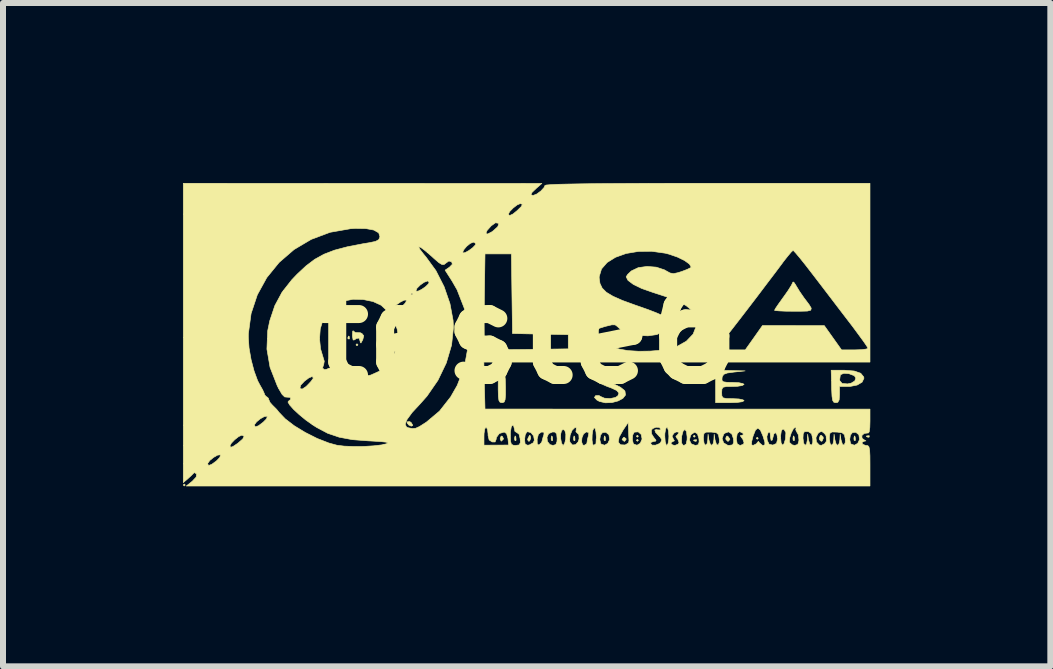
<source format=kicad_pcb>
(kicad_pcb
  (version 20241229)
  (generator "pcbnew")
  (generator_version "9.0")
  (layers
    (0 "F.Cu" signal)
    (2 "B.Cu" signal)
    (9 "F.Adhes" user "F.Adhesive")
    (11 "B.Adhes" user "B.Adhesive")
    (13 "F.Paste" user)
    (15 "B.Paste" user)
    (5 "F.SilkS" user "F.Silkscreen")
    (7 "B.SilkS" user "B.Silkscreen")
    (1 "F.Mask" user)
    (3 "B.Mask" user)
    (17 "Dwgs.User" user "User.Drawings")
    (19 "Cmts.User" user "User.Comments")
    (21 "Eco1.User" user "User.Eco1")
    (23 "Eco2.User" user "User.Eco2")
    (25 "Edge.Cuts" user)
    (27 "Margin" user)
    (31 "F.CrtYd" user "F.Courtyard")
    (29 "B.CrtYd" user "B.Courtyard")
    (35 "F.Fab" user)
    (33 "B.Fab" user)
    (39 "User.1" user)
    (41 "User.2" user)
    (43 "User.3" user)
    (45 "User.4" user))
  (footprint "teste6"
    (layer "F.Cu")
    (at 5.728 2.511)
    (property "Reference" "teste6" (at 0 0 0) (layer "F.SilkS") (effects (font (size 1.524 1.524) (thickness 0.3))))
    (attr through_hole)
    (fp_poly (pts (xy -5.69 2.523) (xy -5.707 2.54) (xy -5.723 2.523) (xy -5.707 2.506) (xy -5.69 2.523)) (stroke (width 0.01) (type solid)) (fill yes) (layer "F.SilkS"))
    (fp_poly (pts (xy -2.811 0.186) (xy -2.828 0.203) (xy -2.845 0.186) (xy -2.828 0.169) (xy -2.811 0.186)) (stroke (width 0.01) (type solid)) (fill yes) (layer "F.SilkS"))
    (fp_poly (pts (xy 1.863 1.71) (xy 1.846 1.727) (xy 1.829 1.71) (xy 1.846 1.693) (xy 1.863 1.71)) (stroke (width 0.01) (type solid)) (fill yes) (layer "F.SilkS"))
    (fp_poly (pts (xy 1.863 1.778) (xy 1.846 1.795) (xy 1.829 1.778) (xy 1.846 1.761) (xy 1.863 1.778)) (stroke (width 0.01) (type solid)) (fill yes) (layer "F.SilkS"))
    (fp_poly (pts (xy 2.811 1.71) (xy 2.794 1.727) (xy 2.777 1.71) (xy 2.794 1.693) (xy 2.811 1.71)) (stroke (width 0.01) (type solid)) (fill yes) (layer "F.SilkS"))
    (fp_poly (pts (xy 3.861 1.744) (xy 3.844 1.761) (xy 3.827 1.744) (xy 3.844 1.727) (xy 3.861 1.744)) (stroke (width 0.01) (type solid)) (fill yes) (layer "F.SilkS"))
    (fp_poly (pts (xy -2.958 0.045) (xy -2.954 0.085) (xy -2.958 0.09) (xy -2.978 0.086) (xy -2.98 0.068) (xy -2.968 0.04) (xy -2.958 0.045)) (stroke (width 0.01) (type solid)) (fill yes) (layer "F.SilkS"))
    (fp_poly (pts (xy -0.18 1.721) (xy -0.176 1.774) (xy -0.183 1.786) (xy -0.198 1.776) (xy -0.201 1.741) (xy -0.192 1.705) (xy -0.18 1.721)) (stroke (width 0.01) (type solid)) (fill yes) (layer "F.SilkS"))
    (fp_poly (pts (xy 0.43 1.721) (xy 0.434 1.774) (xy 0.427 1.786) (xy 0.411 1.776) (xy 0.409 1.741) (xy 0.417 1.705) (xy 0.43 1.721)) (stroke (width 0.01) (type solid)) (fill yes) (layer "F.SilkS"))
    (fp_poly (pts (xy 0.802 1.721) (xy 0.806 1.774) (xy 0.799 1.786) (xy 0.784 1.776) (xy 0.782 1.741) (xy 0.79 1.705) (xy 0.802 1.721)) (stroke (width 0.01) (type solid)) (fill yes) (layer "F.SilkS"))
    (fp_poly (pts (xy 1.31 1.721) (xy 1.314 1.774) (xy 1.307 1.786) (xy 1.292 1.776) (xy 1.29 1.741) (xy 1.298 1.705) (xy 1.31 1.721)) (stroke (width 0.01) (type solid)) (fill yes) (layer "F.SilkS"))
    (fp_poly (pts (xy 2.834 1.772) (xy 2.829 1.792) (xy 2.811 1.795) (xy 2.783 1.783) (xy 2.788 1.772) (xy 2.829 1.768) (xy 2.834 1.772)) (stroke (width 0.01) (type solid)) (fill yes) (layer "F.SilkS"))
    (fp_poly (pts (xy 4.46 1.721) (xy 4.464 1.774) (xy 4.457 1.786) (xy 4.442 1.776) (xy 4.439 1.741) (xy 4.447 1.705) (xy 4.46 1.721)) (stroke (width 0.01) (type solid)) (fill yes) (layer "F.SilkS"))
    (fp_poly (pts (xy 5.476 1.721) (xy 5.48 1.774) (xy 5.473 1.786) (xy 5.458 1.776) (xy 5.455 1.741) (xy 5.463 1.705) (xy 5.476 1.721)) (stroke (width 0.01) (type solid)) (fill yes) (layer "F.SilkS"))
    (fp_poly (pts (xy 5.712 1.705) (xy 5.708 1.725) (xy 5.69 1.727) (xy 5.662 1.715) (xy 5.667 1.705) (xy 5.707 1.701) (xy 5.712 1.705)) (stroke (width 0.01) (type solid)) (fill yes) (layer "F.SilkS"))
    (fp_poly (pts (xy -1.924 1.483) (xy -1.897 1.529) (xy -1.923 1.542) (xy -1.964 1.524) (xy -1.994 1.487) (xy -1.988 1.469) (xy -1.947 1.467) (xy -1.924 1.483)) (stroke (width 0.01) (type solid)) (fill yes) (layer "F.SilkS"))
    (fp_poly (pts (xy -0.406 1.711) (xy -0.386 1.751) (xy -0.391 1.763) (xy -0.424 1.793) (xy -0.44 1.759) (xy -0.44 1.742) (xy -0.424 1.707) (xy -0.406 1.711)) (stroke (width 0.01) (type solid)) (fill yes) (layer "F.SilkS"))
    (fp_poly (pts (xy 0.066 1.721) (xy 0.068 1.744) (xy 0.05 1.789) (xy 0.035 1.795) (xy 0.016 1.77) (xy 0.022 1.744) (xy 0.046 1.7) (xy 0.054 1.693) (xy 0.066 1.721)) (stroke (width 0.01) (type solid)) (fill yes) (layer "F.SilkS"))
    (fp_poly (pts (xy 1.658 1.753) (xy 1.659 1.761) (xy 1.634 1.794) (xy 1.626 1.795) (xy 1.593 1.769) (xy 1.592 1.761) (xy 1.618 1.728) (xy 1.626 1.727) (xy 1.658 1.753)) (stroke (width 0.01) (type solid)) (fill yes) (layer "F.SilkS"))
    (fp_poly (pts (xy 3.353 1.71) (xy 3.385 1.754) (xy 3.387 1.763) (xy 3.361 1.794) (xy 3.353 1.795) (xy 3.323 1.767) (xy 3.319 1.742) (xy 3.335 1.707) (xy 3.353 1.71)) (stroke (width 0.01) (type solid)) (fill yes) (layer "F.SilkS"))
    (fp_poly (pts (xy 4.941 1.721) (xy 4.945 1.744) (xy 4.926 1.789) (xy 4.911 1.795) (xy 4.881 1.768) (xy 4.877 1.744) (xy 4.895 1.699) (xy 4.911 1.693) (xy 4.941 1.721)) (stroke (width 0.01) (type solid)) (fill yes) (layer "F.SilkS"))
    (fp_poly (pts (xy -2.89 -0.044) (xy -2.851 -0.016) (xy -2.834 -0.018) (xy -2.773 -0.015) (xy -2.745 -0.002) (xy -2.715 0.036) (xy -2.73 0.097) (xy -2.735 0.108) (xy -2.762 0.156) (xy -2.774 0.143) (xy -2.775 0.127) (xy -2.794 0.074) (xy -2.84 0.081) (xy -2.867 0.103) (xy -2.892 0.107) (xy -2.903 0.048) (xy -2.904 0.027) (xy -2.901 -0.036) (xy -2.892 -0.049) (xy -2.89 -0.044)) (stroke (width 0.01) (type solid)) (fill yes) (layer "F.SilkS"))
    (fp_poly (pts (xy -0.415 0.616) (xy -0.384 0.632) (xy -0.366 0.674) (xy -0.356 0.757) (xy -0.352 0.89) (xy -0.352 1.022) (xy -0.359 1.101) (xy -0.374 1.139) (xy -0.402 1.151) (xy -0.412 1.151) (xy -0.443 1.144) (xy -0.462 1.114) (xy -0.471 1.048) (xy -0.474 0.932) (xy -0.474 0.878) (xy -0.473 0.742) (xy -0.466 0.662) (xy -0.452 0.623) (xy -0.426 0.615) (xy -0.415 0.616)) (stroke (width 0.01) (type solid)) (fill yes) (layer "F.SilkS"))
    (fp_poly (pts (xy 4.485 -0.811) (xy 4.493 -0.796) (xy 4.551 -0.701) (xy 4.623 -0.597) (xy 4.639 -0.576) (xy 4.709 -0.483) (xy 4.744 -0.424) (xy 4.736 -0.391) (xy 4.679 -0.376) (xy 4.565 -0.373) (xy 4.455 -0.373) (xy 4.317 -0.374) (xy 4.208 -0.379) (xy 4.143 -0.385) (xy 4.132 -0.389) (xy 4.15 -0.423) (xy 4.2 -0.496) (xy 4.27 -0.594) (xy 4.284 -0.613) (xy 4.358 -0.718) (xy 4.412 -0.804) (xy 4.437 -0.855) (xy 4.438 -0.859) (xy 4.452 -0.859) (xy 4.485 -0.811)) (stroke (width 0.01) (type solid)) (fill yes) (layer "F.SilkS"))
    (fp_poly (pts (xy 5.46 0.623) (xy 5.569 0.661) (xy 5.619 0.723) (xy 5.622 0.745) (xy 5.591 0.809) (xy 5.509 0.857) (xy 5.393 0.88) (xy 5.365 0.881) (xy 5.215 0.881) (xy 5.215 1.016) (xy 5.209 1.105) (xy 5.186 1.145) (xy 5.153 1.151) (xy 5.121 1.144) (xy 5.101 1.113) (xy 5.09 1.045) (xy 5.084 0.926) (xy 5.083 0.881) (xy 5.081 0.78) (xy 5.216 0.78) (xy 5.258 0.83) (xy 5.349 0.838) (xy 5.41 0.825) (xy 5.469 0.789) (xy 5.487 0.739) (xy 5.461 0.701) (xy 5.371 0.667) (xy 5.287 0.661) (xy 5.233 0.684) (xy 5.228 0.693) (xy 5.216 0.78) (xy 5.081 0.78) (xy 5.076 0.61) (xy 5.296 0.61) (xy 5.46 0.623)) (stroke (width 0.01) (type solid)) (fill yes) (layer "F.SilkS"))
    (fp_poly (pts (xy 3.395 0.615) (xy 3.641 0.621) (xy 3.454 0.641) (xy 3.345 0.656) (xy 3.287 0.678) (xy 3.262 0.714) (xy 3.257 0.737) (xy 3.256 0.78) (xy 3.28 0.803) (xy 3.343 0.812) (xy 3.435 0.813) (xy 3.538 0.818) (xy 3.606 0.833) (xy 3.624 0.847) (xy 3.593 0.865) (xy 3.514 0.878) (xy 3.437 0.881) (xy 3.331 0.882) (xy 3.276 0.893) (xy 3.255 0.923) (xy 3.251 0.981) (xy 3.251 0.982) (xy 3.254 1.04) (xy 3.275 1.07) (xy 3.329 1.082) (xy 3.435 1.084) (xy 3.437 1.084) (xy 3.539 1.089) (xy 3.607 1.104) (xy 3.624 1.118) (xy 3.592 1.135) (xy 3.508 1.147) (xy 3.387 1.151) (xy 3.15 1.151) (xy 3.15 0.61) (xy 3.395 0.615)) (stroke (width 0.01) (type solid)) (fill yes) (layer "F.SilkS"))
    (fp_poly (pts (xy 1.492 0.594) (xy 1.58 0.621) (xy 1.612 0.649) (xy 1.597 0.667) (xy 1.522 0.665) (xy 1.483 0.66) (xy 1.375 0.652) (xy 1.312 0.67) (xy 1.292 0.688) (xy 1.27 0.726) (xy 1.283 0.758) (xy 1.341 0.794) (xy 1.452 0.84) (xy 1.47 0.847) (xy 1.563 0.893) (xy 1.629 0.946) (xy 1.639 0.959) (xy 1.648 1.023) (xy 1.604 1.079) (xy 1.524 1.122) (xy 1.422 1.149) (xy 1.313 1.153) (xy 1.213 1.13) (xy 1.17 1.106) (xy 1.13 1.064) (xy 1.149 1.034) (xy 1.207 1.032) (xy 1.229 1.046) (xy 1.297 1.076) (xy 1.392 1.082) (xy 1.48 1.064) (xy 1.52 1.037) (xy 1.538 0.991) (xy 1.502 0.948) (xy 1.408 0.904) (xy 1.346 0.882) (xy 1.217 0.826) (xy 1.148 0.763) (xy 1.14 0.7) (xy 1.197 0.642) (xy 1.273 0.609) (xy 1.382 0.589) (xy 1.492 0.594)) (stroke (width 0.01) (type solid)) (fill yes) (layer "F.SilkS"))
    (fp_poly (pts (xy 5.723 0.474) (xy -0.713 0.474) (xy -0.704 0.866) (xy -0.694 1.257) (xy 2.515 1.258) (xy 5.723 1.258) (xy 5.723 1.459) (xy 5.72 1.564) (xy 5.71 1.636) (xy 5.698 1.655) (xy 5.627 1.663) (xy 5.587 1.699) (xy 5.591 1.744) (xy 5.63 1.773) (xy 5.655 1.788) (xy 5.63 1.792) (xy 5.59 1.811) (xy 5.598 1.842) (xy 5.645 1.862) (xy 5.656 1.863) (xy 5.687 1.867) (xy 5.706 1.889) (xy 5.717 1.941) (xy 5.722 2.035) (xy 5.723 2.183) (xy 5.723 2.201) (xy 5.723 2.54) (xy 0.025 2.54) (xy -5.673 2.54) (xy -5.574 2.461) (xy -5.508 2.391) (xy -5.502 2.339) (xy -5.502 2.339) (xy -5.536 2.316) (xy -5.55 2.325) (xy -5.59 2.366) (xy -5.647 2.418) (xy -5.723 2.483) (xy -5.723 2.17) (xy -5.317 2.17) (xy -5.301 2.198) (xy -5.248 2.178) (xy -5.169 2.12) (xy -5.115 2.064) (xy -5.102 2.025) (xy -5.106 2.02) (xy -5.152 2.025) (xy -5.218 2.063) (xy -5.281 2.114) (xy -5.316 2.162) (xy -5.317 2.17) (xy -5.723 2.17) (xy -5.723 1.869) (xy -4.945 1.869) (xy -4.934 1.894) (xy -4.894 1.881) (xy -4.815 1.828) (xy -4.808 1.822) (xy -4.732 1.756) (xy -4.709 1.711) (xy -4.743 1.693) (xy -4.748 1.693) (xy -4.799 1.715) (xy -4.865 1.767) (xy -4.922 1.826) (xy -4.945 1.869) (xy -5.723 1.869) (xy -5.723 1.526) (xy -4.538 1.526) (xy -4.522 1.555) (xy -4.469 1.535) (xy -4.391 1.476) (xy -4.336 1.421) (xy -4.323 1.382) (xy -4.327 1.376) (xy -4.373 1.382) (xy -4.439 1.419) (xy -4.502 1.471) (xy -4.537 1.518) (xy -4.538 1.526) (xy -5.723 1.526) (xy -5.723 0.063) (xy -4.639 0.063) (xy -4.627 0.238) (xy -4.593 0.433) (xy -4.543 0.623) (xy -4.484 0.784) (xy -4.447 0.854) (xy -4.399 0.939) (xy -4.371 1.002) (xy -4.369 1.015) (xy -4.343 1.049) (xy -4.335 1.05) (xy -4.304 1.077) (xy -4.301 1.093) (xy -4.277 1.147) (xy -4.239 1.19) (xy -4.166 1.263) (xy -4.129 1.31) (xy -4.025 1.419) (xy -3.874 1.535) (xy -3.69 1.647) (xy -3.492 1.747) (xy -3.297 1.823) (xy -3.162 1.86) (xy -3.041 1.875) (xy -2.884 1.881) (xy -2.713 1.88) (xy -2.549 1.87) (xy -2.413 1.854) (xy -2.337 1.836) (xy -2.316 1.821) (xy -2.343 1.809) (xy -2.425 1.8) (xy -2.567 1.791) (xy -2.642 1.787) (xy -2.906 1.767) (xy -3.125 1.726) (xy -3.177 1.708) (xy -0.711 1.708) (xy -0.711 1.859) (xy -0.506 1.858) (xy -0.301 1.857) (xy -0.311 1.75) (xy -0.327 1.693) (xy -0.271 1.693) (xy -0.268 1.794) (xy -0.254 1.844) (xy -0.22 1.861) (xy -0.184 1.863) (xy -0.125 1.855) (xy -0.105 1.817) (xy -0.107 1.765) (xy -0.034 1.765) (xy -0.026 1.837) (xy 0.008 1.859) (xy 0.042 1.857) (xy 0.11 1.819) (xy 0.129 1.775) (xy 0.126 1.759) (xy 0.175 1.759) (xy 0.177 1.838) (xy 0.203 1.857) (xy 0.206 1.856) (xy 0.249 1.814) (xy 0.256 1.793) (xy 0.273 1.728) (xy 0.339 1.728) (xy 0.346 1.797) (xy 0.388 1.849) (xy 0.439 1.863) (xy 0.487 1.849) (xy 0.506 1.797) (xy 0.508 1.749) (xy 0.501 1.675) (xy 0.567 1.675) (xy 0.568 1.753) (xy 0.582 1.825) (xy 0.605 1.862) (xy 0.61 1.863) (xy 0.632 1.833) (xy 0.647 1.778) (xy 0.716 1.778) (xy 0.723 1.81) (xy 0.764 1.856) (xy 0.817 1.85) (xy 0.858 1.804) (xy 0.916 1.804) (xy 0.934 1.853) (xy 0.957 1.863) (xy 1 1.838) (xy 1.005 1.82) (xy 1.013 1.772) (xy 1.09 1.772) (xy 1.099 1.839) (xy 1.116 1.863) (xy 1.154 1.837) (xy 1.156 1.829) (xy 1.159 1.765) (xy 1.219 1.765) (xy 1.235 1.83) (xy 1.243 1.841) (xy 1.299 1.86) (xy 1.354 1.828) (xy 1.363 1.808) (xy 1.527 1.808) (xy 1.564 1.852) (xy 1.641 1.856) (xy 1.697 1.823) (xy 1.706 1.786) (xy 1.705 1.766) (xy 1.762 1.766) (xy 1.777 1.83) (xy 1.785 1.841) (xy 1.84 1.86) (xy 1.892 1.829) (xy 2.066 1.829) (xy 2.091 1.858) (xy 2.149 1.859) (xy 2.211 1.834) (xy 2.234 1.814) (xy 2.253 1.768) (xy 2.221 1.72) (xy 2.21 1.71) (xy 2.303 1.71) (xy 2.31 1.801) (xy 2.327 1.856) (xy 2.337 1.863) (xy 2.357 1.832) (xy 2.358 1.829) (xy 2.405 1.829) (xy 2.433 1.856) (xy 2.472 1.863) (xy 2.527 1.842) (xy 2.54 1.814) (xy 2.517 1.755) (xy 2.503 1.742) (xy 2.501 1.738) (xy 2.582 1.738) (xy 2.583 1.825) (xy 2.608 1.86) (xy 2.624 1.863) (xy 2.659 1.841) (xy 2.673 1.775) (xy 2.713 1.775) (xy 2.745 1.838) (xy 2.812 1.863) (xy 2.86 1.852) (xy 2.875 1.806) (xy 2.872 1.753) (xy 2.871 1.749) (xy 2.946 1.749) (xy 2.958 1.831) (xy 2.983 1.861) (xy 3.008 1.834) (xy 3.019 1.77) (xy 3.024 1.676) (xy 3.038 1.77) (xy 3.059 1.837) (xy 3.084 1.863) (xy 3.109 1.833) (xy 3.121 1.77) (xy 3.126 1.676) (xy 3.14 1.77) (xy 3.164 1.845) (xy 3.192 1.859) (xy 3.211 1.814) (xy 3.211 1.755) (xy 3.21 1.751) (xy 3.258 1.751) (xy 3.284 1.821) (xy 3.35 1.86) (xy 3.374 1.863) (xy 3.432 1.854) (xy 3.451 1.815) (xy 3.448 1.756) (xy 3.447 1.751) (xy 3.496 1.751) (xy 3.496 1.762) (xy 3.51 1.837) (xy 3.554 1.862) (xy 3.561 1.863) (xy 3.613 1.843) (xy 3.624 1.819) (xy 3.621 1.811) (xy 3.748 1.811) (xy 3.75 1.853) (xy 3.775 1.863) (xy 3.83 1.836) (xy 3.841 1.82) (xy 3.863 1.795) (xy 3.881 1.82) (xy 3.928 1.86) (xy 3.946 1.863) (xy 3.971 1.852) (xy 3.97 1.808) (xy 3.943 1.719) (xy 3.941 1.712) (xy 4.004 1.712) (xy 4.01 1.778) (xy 4.042 1.844) (xy 4.1 1.857) (xy 4.108 1.856) (xy 4.165 1.83) (xy 4.182 1.76) (xy 4.183 1.753) (xy 4.179 1.727) (xy 4.233 1.727) (xy 4.242 1.823) (xy 4.264 1.859) (xy 4.291 1.833) (xy 4.3 1.802) (xy 4.379 1.802) (xy 4.381 1.813) (xy 4.427 1.854) (xy 4.469 1.863) (xy 4.52 1.847) (xy 4.538 1.787) (xy 4.538 1.763) (xy 4.535 1.742) (xy 4.606 1.742) (xy 4.617 1.826) (xy 4.641 1.861) (xy 4.666 1.84) (xy 4.679 1.77) (xy 4.684 1.676) (xy 4.698 1.77) (xy 4.721 1.845) (xy 4.75 1.859) (xy 4.769 1.815) (xy 4.769 1.753) (xy 4.764 1.734) (xy 4.822 1.734) (xy 4.831 1.806) (xy 4.876 1.855) (xy 4.911 1.863) (xy 4.97 1.834) (xy 4.997 1.791) (xy 4.994 1.748) (xy 5.046 1.748) (xy 5.057 1.83) (xy 5.082 1.861) (xy 5.107 1.835) (xy 5.119 1.77) (xy 5.124 1.676) (xy 5.138 1.77) (xy 5.158 1.837) (xy 5.184 1.863) (xy 5.208 1.833) (xy 5.221 1.77) (xy 5.226 1.676) (xy 5.24 1.77) (xy 5.264 1.845) (xy 5.292 1.858) (xy 5.311 1.813) (xy 5.311 1.765) (xy 5.385 1.765) (xy 5.4 1.83) (xy 5.409 1.841) (xy 5.464 1.86) (xy 5.519 1.828) (xy 5.549 1.765) (xy 5.537 1.685) (xy 5.486 1.644) (xy 5.43 1.649) (xy 5.396 1.693) (xy 5.385 1.765) (xy 5.311 1.765) (xy 5.311 1.756) (xy 5.297 1.685) (xy 5.259 1.653) (xy 5.176 1.641) (xy 5.173 1.641) (xy 5.09 1.639) (xy 5.055 1.661) (xy 5.046 1.722) (xy 5.046 1.748) (xy 4.994 1.748) (xy 4.992 1.704) (xy 4.965 1.665) (xy 4.918 1.629) (xy 4.878 1.645) (xy 4.856 1.665) (xy 4.822 1.734) (xy 4.764 1.734) (xy 4.749 1.67) (xy 4.7 1.635) (xy 4.682 1.632) (xy 4.631 1.633) (xy 4.61 1.669) (xy 4.606 1.742) (xy 4.535 1.742) (xy 4.528 1.685) (xy 4.504 1.642) (xy 4.484 1.602) (xy 4.489 1.589) (xy 4.489 1.56) (xy 4.481 1.558) (xy 4.446 1.587) (xy 4.411 1.655) (xy 4.385 1.736) (xy 4.379 1.802) (xy 4.3 1.802) (xy 4.314 1.758) (xy 4.321 1.65) (xy 4.291 1.597) (xy 4.265 1.592) (xy 4.245 1.622) (xy 4.234 1.697) (xy 4.233 1.727) (xy 4.179 1.727) (xy 4.171 1.681) (xy 4.146 1.65) (xy 4.121 1.671) (xy 4.112 1.705) (xy 4.094 1.774) (xy 4.075 1.78) (xy 4.064 1.722) (xy 4.064 1.709) (xy 4.057 1.646) (xy 4.035 1.642) (xy 4.026 1.65) (xy 4.004 1.712) (xy 3.941 1.712) (xy 3.94 1.709) (xy 3.896 1.608) (xy 3.854 1.574) (xy 3.814 1.608) (xy 3.774 1.709) (xy 3.771 1.721) (xy 3.748 1.811) (xy 3.621 1.811) (xy 3.602 1.757) (xy 3.583 1.734) (xy 3.561 1.701) (xy 3.59 1.693) (xy 3.618 1.682) (xy 3.6 1.656) (xy 3.548 1.632) (xy 3.51 1.667) (xy 3.496 1.751) (xy 3.447 1.751) (xy 3.419 1.672) (xy 3.365 1.637) (xy 3.302 1.66) (xy 3.284 1.678) (xy 3.258 1.751) (xy 3.21 1.751) (xy 3.197 1.683) (xy 3.161 1.651) (xy 3.08 1.641) (xy 3.073 1.641) (xy 2.99 1.642) (xy 2.955 1.665) (xy 2.947 1.727) (xy 2.946 1.749) (xy 2.871 1.749) (xy 2.847 1.67) (xy 2.802 1.643) (xy 2.747 1.677) (xy 2.733 1.697) (xy 2.713 1.775) (xy 2.673 1.775) (xy 2.674 1.77) (xy 2.675 1.724) (xy 2.664 1.631) (xy 2.638 1.598) (xy 2.608 1.625) (xy 2.585 1.708) (xy 2.582 1.738) (xy 2.501 1.738) (xy 2.487 1.712) (xy 2.51 1.691) (xy 2.537 1.655) (xy 2.531 1.64) (xy 2.49 1.639) (xy 2.456 1.659) (xy 2.423 1.707) (xy 2.442 1.749) (xy 2.463 1.787) (xy 2.443 1.795) (xy 2.406 1.818) (xy 2.405 1.829) (xy 2.358 1.829) (xy 2.369 1.756) (xy 2.371 1.71) (xy 2.364 1.619) (xy 2.347 1.565) (xy 2.337 1.558) (xy 2.317 1.588) (xy 2.304 1.665) (xy 2.303 1.71) (xy 2.21 1.71) (xy 2.204 1.705) (xy 2.149 1.646) (xy 2.136 1.606) (xy 2.167 1.599) (xy 2.184 1.604) (xy 2.228 1.605) (xy 2.235 1.591) (xy 2.21 1.562) (xy 2.155 1.56) (xy 2.1 1.583) (xy 2.078 1.61) (xy 2.083 1.672) (xy 2.118 1.728) (xy 2.157 1.777) (xy 2.149 1.793) (xy 2.122 1.795) (xy 2.074 1.812) (xy 2.066 1.829) (xy 1.892 1.829) (xy 1.894 1.828) (xy 1.924 1.758) (xy 1.924 1.757) (xy 1.91 1.681) (xy 1.86 1.637) (xy 1.796 1.642) (xy 1.792 1.644) (xy 1.768 1.691) (xy 1.762 1.766) (xy 1.705 1.766) (xy 1.702 1.713) (xy 1.698 1.613) (xy 1.698 1.604) (xy 1.693 1.481) (xy 1.609 1.605) (xy 1.542 1.725) (xy 1.527 1.808) (xy 1.363 1.808) (xy 1.383 1.765) (xy 1.371 1.685) (xy 1.32 1.644) (xy 1.265 1.649) (xy 1.231 1.693) (xy 1.219 1.765) (xy 1.159 1.765) (xy 1.162 1.729) (xy 1.156 1.64) (xy 1.142 1.581) (xy 1.124 1.571) (xy 1.103 1.612) (xy 1.092 1.688) (xy 1.09 1.772) (xy 1.013 1.772) (xy 1.015 1.755) (xy 1.029 1.705) (xy 1.037 1.65) (xy 1.001 1.639) (xy 0.992 1.64) (xy 0.949 1.671) (xy 0.922 1.735) (xy 0.916 1.804) (xy 0.858 1.804) (xy 0.861 1.8) (xy 0.874 1.752) (xy 0.87 1.682) (xy 0.845 1.659) (xy 0.821 1.635) (xy 0.826 1.606) (xy 0.827 1.566) (xy 0.804 1.566) (xy 0.758 1.611) (xy 0.725 1.692) (xy 0.716 1.778) (xy 0.647 1.778) (xy 0.65 1.763) (xy 0.651 1.762) (xy 0.653 1.674) (xy 0.636 1.613) (xy 0.607 1.596) (xy 0.582 1.618) (xy 0.567 1.675) (xy 0.501 1.675) (xy 0.501 1.671) (xy 0.471 1.641) (xy 0.432 1.639) (xy 0.367 1.667) (xy 0.339 1.728) (xy 0.273 1.728) (xy 0.276 1.718) (xy 0.287 1.687) (xy 0.29 1.644) (xy 0.248 1.64) (xy 0.197 1.675) (xy 0.175 1.759) (xy 0.126 1.759) (xy 0.116 1.705) (xy 0.073 1.651) (xy 0.018 1.635) (xy 0.001 1.642) (xy -0.024 1.688) (xy -0.034 1.765) (xy -0.107 1.765) (xy -0.108 1.753) (xy -0.127 1.676) (xy -0.16 1.651) (xy -0.161 1.651) (xy -0.195 1.63) (xy -0.203 1.592) (xy -0.217 1.537) (xy -0.237 1.524) (xy -0.256 1.554) (xy -0.269 1.632) (xy -0.271 1.693) (xy -0.327 1.693) (xy -0.334 1.668) (xy -0.373 1.64) (xy -0.456 1.665) (xy -0.504 1.731) (xy -0.508 1.762) (xy -0.526 1.806) (xy -0.576 1.805) (xy -0.625 1.772) (xy -0.643 1.697) (xy -0.643 1.672) (xy -0.652 1.596) (xy -0.674 1.559) (xy -0.677 1.558) (xy -0.698 1.588) (xy -0.71 1.665) (xy -0.711 1.708) (xy -3.177 1.708) (xy -3.316 1.661) (xy -3.499 1.564) (xy -3.565 1.522) (xy -3.583 1.509) (xy -2.024 1.509) (xy -2.003 1.556) (xy -1.976 1.568) (xy -1.907 1.582) (xy -1.851 1.578) (xy -1.785 1.548) (xy -1.69 1.487) (xy -1.671 1.475) (xy -1.452 1.291) (xy -1.266 1.054) (xy -1.157 0.863) (xy -1.038 0.556) (xy -0.979 0.231) (xy -0.98 -0.099) (xy -0.991 -0.155) (xy -0.708 -0.155) (xy -0.707 0.013) (xy -0.704 0.139) (xy -0.7 0.212) (xy -0.697 0.225) (xy -0.68 0.241) (xy -0.638 0.253) (xy -0.564 0.261) (xy -0.447 0.265) (xy -0.282 0.266) (xy -0.059 0.264) (xy 0.008 0.263) (xy 0.694 0.254) (xy 0.694 0.017) (xy 0.229 0.008) (xy -0.236 -0.002) (xy -0.236 -0.029) (xy 1.139 -0.029) (xy 1.161 0.01) (xy 1.285 0.137) (xy 1.465 0.232) (xy 1.547 0.258) (xy 1.688 0.283) (xy 1.868 0.294) (xy 2.063 0.291) (xy 2.25 0.276) (xy 2.398 0.25) (xy 3.183 0.25) (xy 3.214 0.261) (xy 3.296 0.268) (xy 3.41 0.271) (xy 3.414 0.271) (xy 3.644 0.271) (xy 3.788 0.068) (xy 3.931 -0.135) (xy 4.961 -0.134) (xy 5.249 0.271) (xy 5.469 0.271) (xy 5.582 0.267) (xy 5.661 0.257) (xy 5.69 0.244) (xy 5.67 0.209) (xy 5.616 0.13) (xy 5.534 0.018) (xy 5.433 -0.119) (xy 5.367 -0.205) (xy 5.223 -0.393) (xy 5.063 -0.603) (xy 4.905 -0.81) (xy 4.767 -0.99) (xy 4.753 -1.008) (xy 4.648 -1.144) (xy 4.556 -1.259) (xy 4.486 -1.342) (xy 4.446 -1.385) (xy 4.441 -1.388) (xy 4.412 -1.362) (xy 4.355 -1.295) (xy 4.28 -1.2) (xy 4.263 -1.176) (xy 4.144 -1.017) (xy 4.001 -0.829) (xy 3.847 -0.625) (xy 3.691 -0.421) (xy 3.545 -0.231) (xy 3.42 -0.07) (xy 3.348 0.022) (xy 3.27 0.122) (xy 3.212 0.202) (xy 3.185 0.247) (xy 3.183 0.25) (xy 2.398 0.25) (xy 2.409 0.249) (xy 2.489 0.223) (xy 2.662 0.126) (xy 2.775 0.008) (xy 2.827 -0.126) (xy 2.814 -0.272) (xy 2.799 -0.314) (xy 2.748 -0.393) (xy 2.658 -0.467) (xy 2.524 -0.538) (xy 2.336 -0.612) (xy 2.099 -0.689) (xy 1.917 -0.753) (xy 1.778 -0.821) (xy 1.689 -0.888) (xy 1.659 -0.947) (xy 1.684 -0.987) (xy 1.742 -1.042) (xy 1.749 -1.047) (xy 1.861 -1.1) (xy 2.007 -1.12) (xy 2.161 -1.108) (xy 2.297 -1.063) (xy 2.319 -1.05) (xy 2.39 -1.011) (xy 2.448 -1) (xy 2.522 -1.016) (xy 2.586 -1.036) (xy 2.677 -1.071) (xy 2.733 -1.099) (xy 2.743 -1.108) (xy 2.713 -1.16) (xy 2.631 -1.219) (xy 2.514 -1.276) (xy 2.375 -1.324) (xy 2.309 -1.341) (xy 2.081 -1.373) (xy 1.861 -1.37) (xy 1.658 -1.336) (xy 1.482 -1.273) (xy 1.342 -1.186) (xy 1.248 -1.078) (xy 1.21 -0.953) (xy 1.209 -0.929) (xy 1.222 -0.837) (xy 1.259 -0.759) (xy 1.329 -0.689) (xy 1.439 -0.623) (xy 1.597 -0.553) (xy 1.811 -0.475) (xy 1.875 -0.453) (xy 2.025 -0.4) (xy 2.157 -0.349) (xy 2.255 -0.307) (xy 2.291 -0.288) (xy 2.358 -0.215) (xy 2.36 -0.133) (xy 2.296 -0.048) (xy 2.281 -0.036) (xy 2.169 0.016) (xy 2.022 0.037) (xy 1.859 0.029) (xy 1.703 -0.005) (xy 1.574 -0.063) (xy 1.507 -0.123) (xy 1.476 -0.146) (xy 1.421 -0.147) (xy 1.325 -0.124) (xy 1.293 -0.115) (xy 1.192 -0.083) (xy 1.144 -0.058) (xy 1.139 -0.029) (xy -0.236 -0.029) (xy -0.245 -0.665) (xy -0.254 -1.329) (xy -0.694 -1.329) (xy -0.705 -0.576) (xy -0.707 -0.355) (xy -0.708 -0.155) (xy -0.991 -0.155) (xy -1.04 -0.424) (xy -1.159 -0.73) (xy -1.242 -0.875) (xy -1.359 -1.058) (xy -1.286 -1.108) (xy -1.238 -1.157) (xy -1.25 -1.196) (xy -1.296 -1.211) (xy -1.344 -1.177) (xy -1.376 -1.152) (xy -1.411 -1.152) (xy -1.463 -1.183) (xy -1.544 -1.253) (xy -1.583 -1.289) (xy -1.658 -1.354) (xy -1.067 -1.354) (xy -1.063 -1.346) (xy -1.026 -1.35) (xy -0.964 -1.384) (xy -0.898 -1.433) (xy -0.854 -1.479) (xy -0.847 -1.497) (xy -0.874 -1.522) (xy -0.892 -1.524) (xy -0.941 -1.503) (xy -1 -1.455) (xy -1.048 -1.398) (xy -1.067 -1.354) (xy -1.658 -1.354) (xy -1.697 -1.387) (xy -1.769 -1.44) (xy -1.799 -1.448) (xy -1.783 -1.41) (xy -1.719 -1.327) (xy -1.678 -1.278) (xy -1.512 -1.05) (xy -1.376 -0.783) (xy -1.278 -0.5) (xy -1.226 -0.221) (xy -1.22 -0.102) (xy -1.251 0.19) (xy -1.339 0.488) (xy -1.478 0.777) (xy -1.661 1.042) (xy -1.77 1.165) (xy -1.909 1.315) (xy -1.993 1.43) (xy -2.024 1.509) (xy -3.583 1.509) (xy -3.682 1.439) (xy -3.791 1.349) (xy -3.884 1.263) (xy -3.949 1.19) (xy -3.978 1.141) (xy -3.971 1.127) (xy -3.93 1.093) (xy -3.942 1.062) (xy -3.992 1.059) (xy -4.033 1.055) (xy -4.076 1.013) (xy -4.129 0.923) (xy -4.136 0.91) (xy -3.779 0.91) (xy -3.777 0.913) (xy -3.742 0.925) (xy -3.678 0.883) (xy -3.654 0.86) (xy -3.592 0.794) (xy -3.558 0.746) (xy -3.556 0.739) (xy -3.574 0.714) (xy -3.631 0.738) (xy -3.704 0.793) (xy -3.766 0.859) (xy -3.779 0.91) (xy -4.136 0.91) (xy -4.157 0.868) (xy -4.277 0.561) (xy -4.329 0.258) (xy -4.322 0.087) (xy -3.452 0.087) (xy -3.435 0.254) (xy -3.403 0.361) (xy -3.373 0.46) (xy -3.384 0.521) (xy -3.388 0.527) (xy -3.401 0.574) (xy -3.371 0.601) (xy -3.322 0.591) (xy -3.311 0.581) (xy -3.264 0.569) (xy -3.187 0.607) (xy -3.174 0.616) (xy -2.997 0.703) (xy -2.802 0.728) (xy -2.599 0.691) (xy -2.45 0.624) (xy -2.329 0.522) (xy -2.226 0.376) (xy -2.157 0.213) (xy -2.134 0.068) (xy -2.159 -0.079) (xy -2.228 -0.236) (xy -2.324 -0.378) (xy -2.351 -0.404) (xy -2.235 -0.404) (xy -2.215 -0.374) (xy -2.156 -0.395) (xy -2.076 -0.454) (xy -2.02 -0.513) (xy -2.002 -0.554) (xy -2.005 -0.56) (xy -2.043 -0.557) (xy -2.108 -0.524) (xy -2.177 -0.475) (xy -2.225 -0.427) (xy -2.235 -0.404) (xy -2.351 -0.404) (xy -2.425 -0.473) (xy -2.56 -0.535) (xy -2.725 -0.569) (xy -2.894 -0.573) (xy -3.039 -0.544) (xy -3.075 -0.529) (xy -3.255 -0.402) (xy -3.386 -0.237) (xy -3.399 -0.213) (xy -3.44 -0.079) (xy -3.452 0.087) (xy -4.322 0.087) (xy -4.316 -0.048) (xy -4.282 -0.213) (xy -4.197 -0.467) (xy -4.093 -0.66) (xy -1.93 -0.66) (xy -1.913 -0.643) (xy -1.897 -0.66) (xy -1.913 -0.677) (xy -1.93 -0.66) (xy -4.093 -0.66) (xy -4.078 -0.688) (xy -4.06 -0.712) (xy -1.846 -0.712) (xy -1.844 -0.709) (xy -1.81 -0.708) (xy -1.749 -0.738) (xy -1.683 -0.784) (xy -1.636 -0.83) (xy -1.626 -0.853) (xy -1.647 -0.879) (xy -1.709 -0.856) (xy -1.774 -0.81) (xy -1.829 -0.755) (xy -1.846 -0.712) (xy -4.06 -0.712) (xy -3.913 -0.899) (xy -3.825 -0.991) (xy -3.677 -1.129) (xy -3.533 -1.238) (xy -3.379 -1.323) (xy -3.203 -1.391) (xy -2.991 -1.447) (xy -2.729 -1.498) (xy -2.625 -1.515) (xy -2.52 -1.537) (xy -2.465 -1.566) (xy -2.445 -1.613) (xy -2.445 -1.614) (xy -2.463 -1.671) (xy -0.679 -1.671) (xy -0.652 -1.66) (xy -0.583 -1.695) (xy -0.557 -1.714) (xy -0.481 -1.783) (xy -0.465 -1.829) (xy -0.472 -1.84) (xy -0.519 -1.848) (xy -0.59 -1.797) (xy -0.592 -1.795) (xy -0.66 -1.719) (xy -0.679 -1.671) (xy -2.463 -1.671) (xy -2.466 -1.68) (xy -2.546 -1.726) (xy -2.679 -1.751) (xy -2.858 -1.754) (xy -2.935 -1.749) (xy -3.276 -1.689) (xy -3.591 -1.571) (xy -3.876 -1.402) (xy -4.125 -1.187) (xy -4.331 -0.934) (xy -4.489 -0.647) (xy -4.593 -0.334) (xy -4.638 0.000223) (xy -4.639 0.063) (xy -5.723 0.063) (xy -5.723 -1.992) (xy -0.305 -1.992) (xy -0.286 -1.967) (xy -0.228 -1.994) (xy -0.161 -2.048) (xy -0.089 -2.118) (xy -0.071 -2.155) (xy -0.104 -2.167) (xy -0.108 -2.167) (xy -0.159 -2.145) (xy -0.225 -2.094) (xy -0.282 -2.035) (xy -0.305 -1.992) (xy -5.723 -1.992) (xy -5.723 -2.506) (xy 0.254 -2.504) (xy 0.161 -2.422) (xy 0.089 -2.353) (xy 0.071 -2.315) (xy 0.104 -2.304) (xy 0.11 -2.304) (xy 0.169 -2.327) (xy 0.238 -2.378) (xy 0.291 -2.436) (xy 0.305 -2.469) (xy 0.328 -2.477) (xy 0.399 -2.483) (xy 0.52 -2.489) (xy 0.693 -2.493) (xy 0.92 -2.497) (xy 1.204 -2.501) (xy 1.546 -2.503) (xy 1.95 -2.505) (xy 2.416 -2.506) (xy 2.948 -2.506) (xy 3.014 -2.506) (xy 5.723 -2.506) (xy 5.723 0.474)) (stroke (width 0.01) (type solid)) (fill yes) (layer "F.SilkS")))
  (gr_rect
    (start -3 -3)
    (end 14.457 8.056)
    (stroke (width 0.1) (type default))
    (fill no)
    (layer "Edge.Cuts")))
</source>
